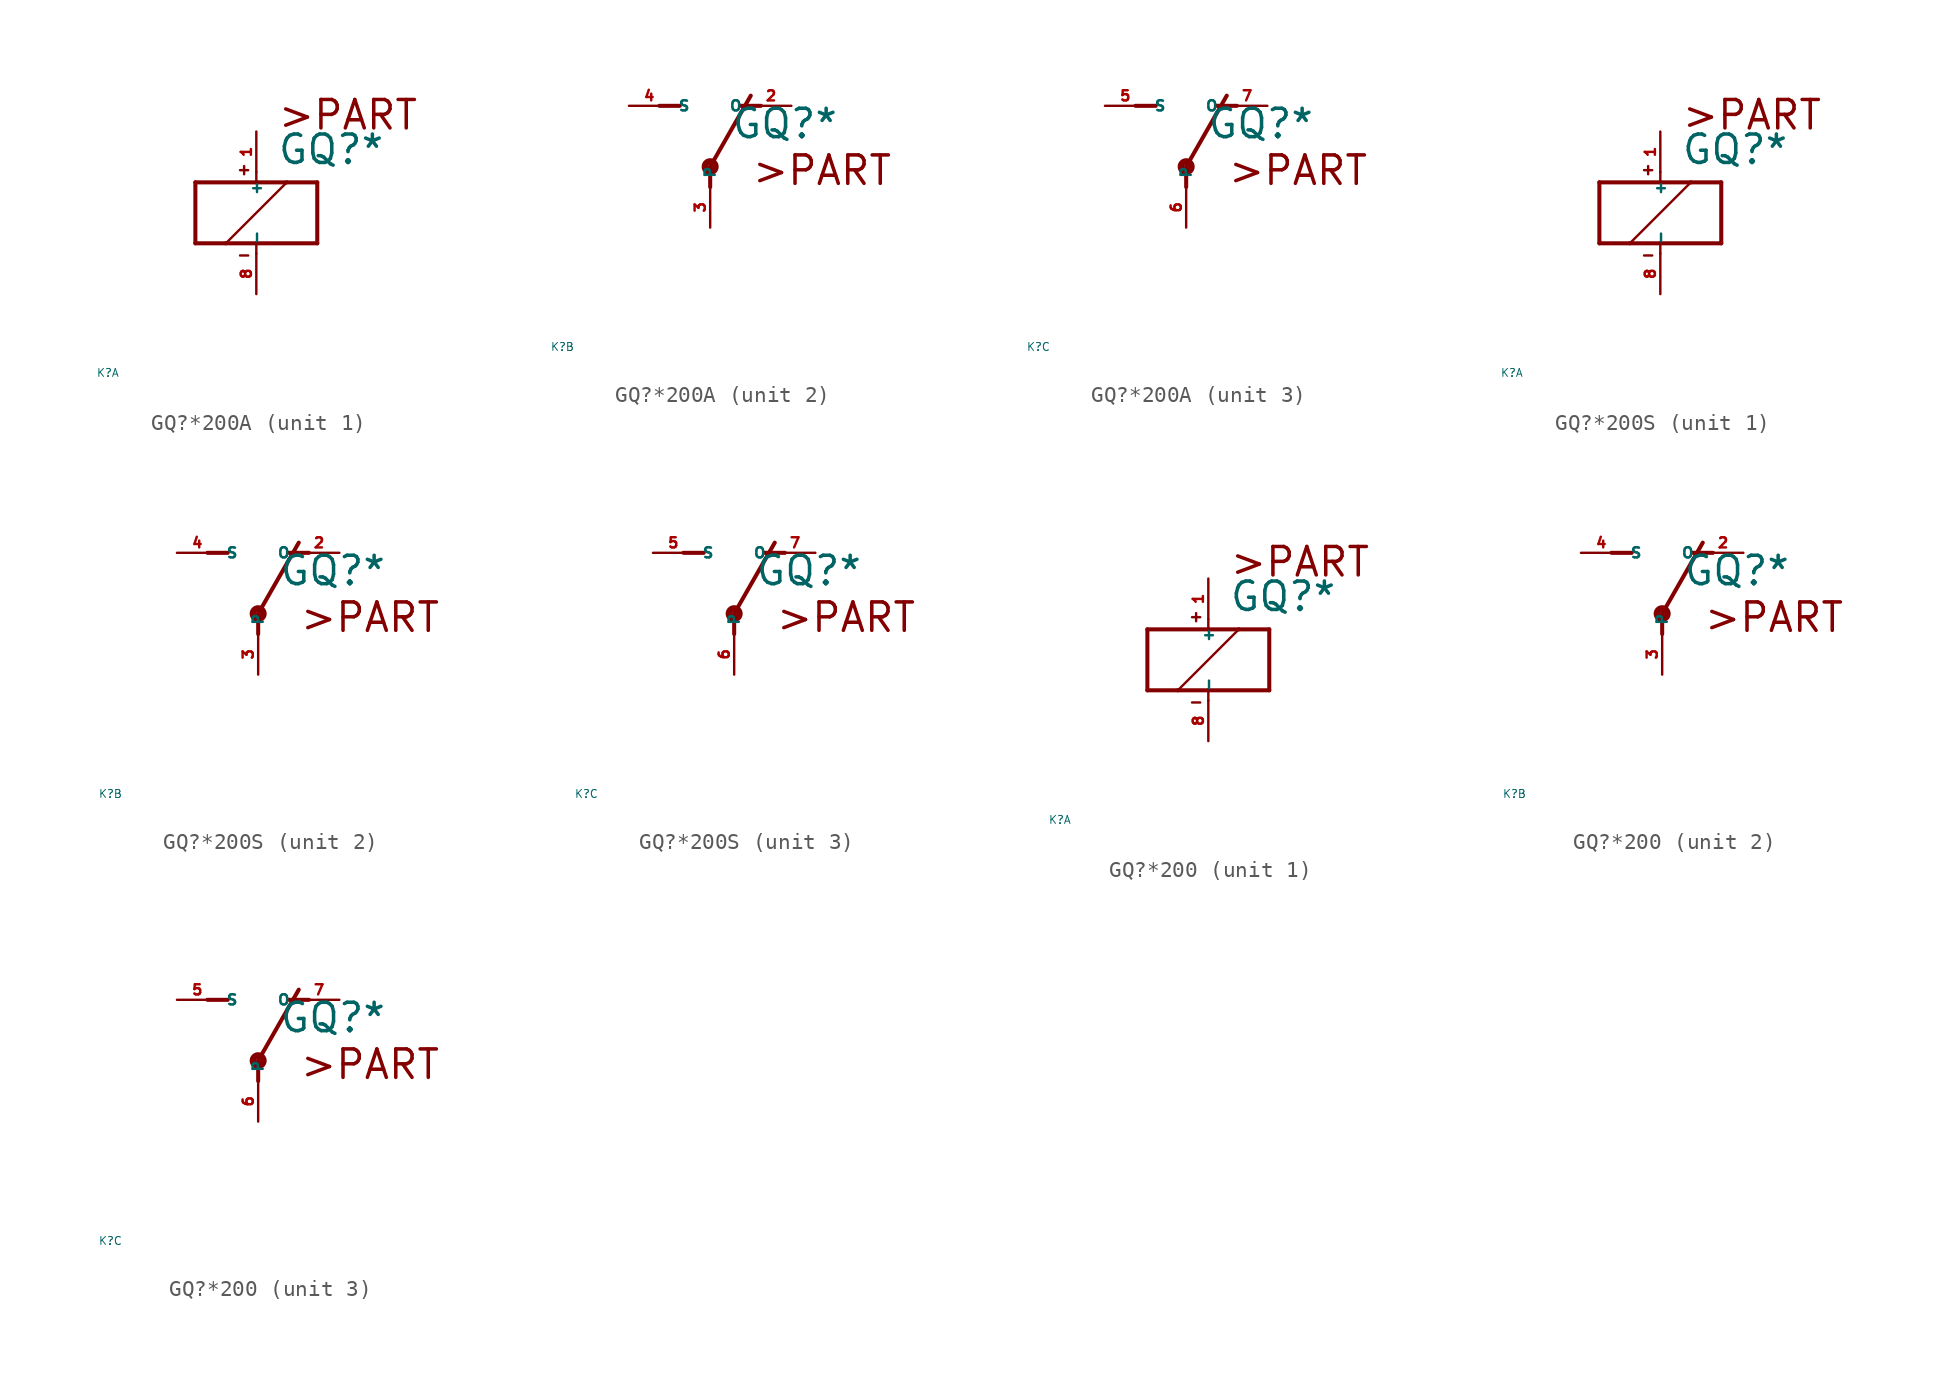
<source format=kicad_sym>
(kicad_symbol_lib
  (version 20220914)
  (generator Eagle2Kicad)
  (symbol "GQ?*200A"
    (property "Reference" "K"
      (at -10 -10 0)
      (effects (font (size 0.5 0.5) (thickness 0.06)) (justify left)))
    (property "Value" "GQ?*"
      (at 1.27 2.921 0)
      (effects (font (size 1.778 1.778) (thickness 0.22)) (justify left bottom)))
    (symbol "GQ?*200A_1_0"
      (polyline (pts (xy -3.81 -1.905) (xy -1.905 -1.905)) (stroke (width 0.254) (type default)) (fill (type none)))
      (polyline (pts (xy 3.81 -1.905) (xy 3.81 1.905)) (stroke (width 0.254) (type default)) (fill (type none)))
      (polyline (pts (xy 3.81 1.905) (xy 1.905 1.905)) (stroke (width 0.254) (type default)) (fill (type none)))
      (polyline (pts (xy -3.81 1.905) (xy -3.81 -1.905)) (stroke (width 0.254) (type default)) (fill (type none)))
      (polyline (pts (xy 0 -2.54) (xy 0 -1.905)) (stroke (width 0.152) (type default)) (fill (type none)))
      (polyline (pts (xy 0 -1.905) (xy 3.81 -1.905)) (stroke (width 0.254) (type default)) (fill (type none)))
      (polyline (pts (xy 0 2.54) (xy 0 1.905)) (stroke (width 0.152) (type default)) (fill (type none)))
      (polyline (pts (xy 0 1.905) (xy -3.81 1.905)) (stroke (width 0.254) (type default)) (fill (type none)))
      (polyline (pts (xy -1.905 -1.905) (xy 1.905 1.905)) (stroke (width 0.152) (type default)) (fill (type none)))
      (polyline (pts (xy -1.905 -1.905) (xy 0 -1.905)) (stroke (width 0.254) (type default)) (fill (type none)))
      (polyline (pts (xy 1.905 1.905) (xy 0 1.905)) (stroke (width 0.254) (type default)) (fill (type none)))
      (polyline (pts (xy -1.016 2.667) (xy -0.508 2.667)) (stroke (width 0.152) (type default)) (fill (type none)))
      (polyline (pts (xy -0.762 2.921) (xy -0.762 2.413)) (stroke (width 0.152) (type default)) (fill (type none)))
      (polyline (pts (xy -1.016 -2.667) (xy -0.508 -2.667)) (stroke (width 0.152) (type default)) (fill (type none)))
      (text ">PART" (at 1.27 5.08 0) (effects (font (size 1.778 1.778) (thickness 0.22)) (justify left bottom)))
      (pin passive line (at 0 -5.08 90) (length 2.54) (name "-" (effects (font (size 0.635 0.635) (thickness 0.08)) (justify left bottom))) (number "8" (effects (font (size 0.635 0.635) (thickness 0.08)) (justify left bottom))))
      (pin passive line (at 0 5.08 270) (length 2.54) (name "+" (effects (font (size 0.635 0.635) (thickness 0.08)) (justify left bottom))) (number "1" (effects (font (size 0.635 0.635) (thickness 0.08)) (justify left bottom)))))
    (symbol "GQ?*200A_2_0"
      (polyline (pts (xy 3.175 5.08) (xy 1.905 5.08)) (stroke (width 0.254) (type default)) (fill (type none)))
      (polyline (pts (xy -3.175 5.08) (xy -1.905 5.08)) (stroke (width 0.254) (type default)) (fill (type none)))
      (polyline (pts (xy 0 1.27) (xy 2.54 5.715)) (stroke (width 0.254) (type default)) (fill (type none)))
      (polyline (pts (xy 0 1.27) (xy 0 0)) (stroke (width 0.254) (type default)) (fill (type none)))
      (text ">PART" (at 2.54 0 0) (effects (font (size 1.778 1.778) (thickness 0.22)) (justify left bottom)))
      (circle (center 0 1.27) (radius 0.127) (stroke (width 0.406) (type default)) (fill (type none)))
      (pin passive line (at 5.08 5.08 180) (length 2.54) (name "O" (effects (font (size 0.635 0.635) (thickness 0.08)) (justify left bottom))) (number "2" (effects (font (size 0.635 0.635) (thickness 0.08)) (justify left bottom))))
      (pin passive line (at -5.08 5.08 0) (length 2.54) (name "S" (effects (font (size 0.635 0.635) (thickness 0.08)) (justify left bottom))) (number "4" (effects (font (size 0.635 0.635) (thickness 0.08)) (justify left bottom))))
      (pin passive line (at 0 -2.54 90) (length 2.54) (name "P" (effects (font (size 0.635 0.635) (thickness 0.08)) (justify left bottom))) (number "3" (effects (font (size 0.635 0.635) (thickness 0.08)) (justify left bottom)))))
    (symbol "GQ?*200A_3_0"
      (polyline (pts (xy 3.175 5.08) (xy 1.905 5.08)) (stroke (width 0.254) (type default)) (fill (type none)))
      (polyline (pts (xy -3.175 5.08) (xy -1.905 5.08)) (stroke (width 0.254) (type default)) (fill (type none)))
      (polyline (pts (xy 0 1.27) (xy 2.54 5.715)) (stroke (width 0.254) (type default)) (fill (type none)))
      (polyline (pts (xy 0 1.27) (xy 0 0)) (stroke (width 0.254) (type default)) (fill (type none)))
      (text ">PART" (at 2.54 0 0) (effects (font (size 1.778 1.778) (thickness 0.22)) (justify left bottom)))
      (circle (center 0 1.27) (radius 0.127) (stroke (width 0.406) (type default)) (fill (type none)))
      (pin passive line (at 5.08 5.08 180) (length 2.54) (name "O" (effects (font (size 0.635 0.635) (thickness 0.08)) (justify left bottom))) (number "7" (effects (font (size 0.635 0.635) (thickness 0.08)) (justify left bottom))))
      (pin passive line (at -5.08 5.08 0) (length 2.54) (name "S" (effects (font (size 0.635 0.635) (thickness 0.08)) (justify left bottom))) (number "5" (effects (font (size 0.635 0.635) (thickness 0.08)) (justify left bottom))))
      (pin passive line (at 0 -2.54 90) (length 2.54) (name "P" (effects (font (size 0.635 0.635) (thickness 0.08)) (justify left bottom))) (number "6" (effects (font (size 0.635 0.635) (thickness 0.08)) (justify left bottom))))))
  (symbol "GQ?*200S"
    (property "Reference" "K"
      (at -10 -10 0)
      (effects (font (size 0.5 0.5) (thickness 0.06)) (justify left)))
    (property "Value" "GQ?*"
      (at 1.27 2.921 0)
      (effects (font (size 1.778 1.778) (thickness 0.22)) (justify left bottom)))
    (symbol "GQ?*200S_1_0"
      (polyline (pts (xy -3.81 -1.905) (xy -1.905 -1.905)) (stroke (width 0.254) (type default)) (fill (type none)))
      (polyline (pts (xy 3.81 -1.905) (xy 3.81 1.905)) (stroke (width 0.254) (type default)) (fill (type none)))
      (polyline (pts (xy 3.81 1.905) (xy 1.905 1.905)) (stroke (width 0.254) (type default)) (fill (type none)))
      (polyline (pts (xy -3.81 1.905) (xy -3.81 -1.905)) (stroke (width 0.254) (type default)) (fill (type none)))
      (polyline (pts (xy 0 -2.54) (xy 0 -1.905)) (stroke (width 0.152) (type default)) (fill (type none)))
      (polyline (pts (xy 0 -1.905) (xy 3.81 -1.905)) (stroke (width 0.254) (type default)) (fill (type none)))
      (polyline (pts (xy 0 2.54) (xy 0 1.905)) (stroke (width 0.152) (type default)) (fill (type none)))
      (polyline (pts (xy 0 1.905) (xy -3.81 1.905)) (stroke (width 0.254) (type default)) (fill (type none)))
      (polyline (pts (xy -1.905 -1.905) (xy 1.905 1.905)) (stroke (width 0.152) (type default)) (fill (type none)))
      (polyline (pts (xy -1.905 -1.905) (xy 0 -1.905)) (stroke (width 0.254) (type default)) (fill (type none)))
      (polyline (pts (xy 1.905 1.905) (xy 0 1.905)) (stroke (width 0.254) (type default)) (fill (type none)))
      (polyline (pts (xy -1.016 2.667) (xy -0.508 2.667)) (stroke (width 0.152) (type default)) (fill (type none)))
      (polyline (pts (xy -0.762 2.921) (xy -0.762 2.413)) (stroke (width 0.152) (type default)) (fill (type none)))
      (polyline (pts (xy -1.016 -2.667) (xy -0.508 -2.667)) (stroke (width 0.152) (type default)) (fill (type none)))
      (text ">PART" (at 1.27 5.08 0) (effects (font (size 1.778 1.778) (thickness 0.22)) (justify left bottom)))
      (pin passive line (at 0 -5.08 90) (length 2.54) (name "-" (effects (font (size 0.635 0.635) (thickness 0.08)) (justify left bottom))) (number "8" (effects (font (size 0.635 0.635) (thickness 0.08)) (justify left bottom))))
      (pin passive line (at 0 5.08 270) (length 2.54) (name "+" (effects (font (size 0.635 0.635) (thickness 0.08)) (justify left bottom))) (number "1" (effects (font (size 0.635 0.635) (thickness 0.08)) (justify left bottom)))))
    (symbol "GQ?*200S_2_0"
      (polyline (pts (xy 3.175 5.08) (xy 1.905 5.08)) (stroke (width 0.254) (type default)) (fill (type none)))
      (polyline (pts (xy -3.175 5.08) (xy -1.905 5.08)) (stroke (width 0.254) (type default)) (fill (type none)))
      (polyline (pts (xy 0 1.27) (xy 2.54 5.715)) (stroke (width 0.254) (type default)) (fill (type none)))
      (polyline (pts (xy 0 1.27) (xy 0 0)) (stroke (width 0.254) (type default)) (fill (type none)))
      (text ">PART" (at 2.54 0 0) (effects (font (size 1.778 1.778) (thickness 0.22)) (justify left bottom)))
      (circle (center 0 1.27) (radius 0.127) (stroke (width 0.406) (type default)) (fill (type none)))
      (pin passive line (at 5.08 5.08 180) (length 2.54) (name "O" (effects (font (size 0.635 0.635) (thickness 0.08)) (justify left bottom))) (number "2" (effects (font (size 0.635 0.635) (thickness 0.08)) (justify left bottom))))
      (pin passive line (at -5.08 5.08 0) (length 2.54) (name "S" (effects (font (size 0.635 0.635) (thickness 0.08)) (justify left bottom))) (number "4" (effects (font (size 0.635 0.635) (thickness 0.08)) (justify left bottom))))
      (pin passive line (at 0 -2.54 90) (length 2.54) (name "P" (effects (font (size 0.635 0.635) (thickness 0.08)) (justify left bottom))) (number "3" (effects (font (size 0.635 0.635) (thickness 0.08)) (justify left bottom)))))
    (symbol "GQ?*200S_3_0"
      (polyline (pts (xy 3.175 5.08) (xy 1.905 5.08)) (stroke (width 0.254) (type default)) (fill (type none)))
      (polyline (pts (xy -3.175 5.08) (xy -1.905 5.08)) (stroke (width 0.254) (type default)) (fill (type none)))
      (polyline (pts (xy 0 1.27) (xy 2.54 5.715)) (stroke (width 0.254) (type default)) (fill (type none)))
      (polyline (pts (xy 0 1.27) (xy 0 0)) (stroke (width 0.254) (type default)) (fill (type none)))
      (text ">PART" (at 2.54 0 0) (effects (font (size 1.778 1.778) (thickness 0.22)) (justify left bottom)))
      (circle (center 0 1.27) (radius 0.127) (stroke (width 0.406) (type default)) (fill (type none)))
      (pin passive line (at 5.08 5.08 180) (length 2.54) (name "O" (effects (font (size 0.635 0.635) (thickness 0.08)) (justify left bottom))) (number "7" (effects (font (size 0.635 0.635) (thickness 0.08)) (justify left bottom))))
      (pin passive line (at -5.08 5.08 0) (length 2.54) (name "S" (effects (font (size 0.635 0.635) (thickness 0.08)) (justify left bottom))) (number "5" (effects (font (size 0.635 0.635) (thickness 0.08)) (justify left bottom))))
      (pin passive line (at 0 -2.54 90) (length 2.54) (name "P" (effects (font (size 0.635 0.635) (thickness 0.08)) (justify left bottom))) (number "6" (effects (font (size 0.635 0.635) (thickness 0.08)) (justify left bottom))))))
  (symbol "GQ?*200"
    (property "Reference" "K"
      (at -10 -10 0)
      (effects (font (size 0.5 0.5) (thickness 0.06)) (justify left)))
    (property "Value" "GQ?*"
      (at 1.27 2.921 0)
      (effects (font (size 1.778 1.778) (thickness 0.22)) (justify left bottom)))
    (symbol "GQ?*200_1_0"
      (polyline (pts (xy -3.81 -1.905) (xy -1.905 -1.905)) (stroke (width 0.254) (type default)) (fill (type none)))
      (polyline (pts (xy 3.81 -1.905) (xy 3.81 1.905)) (stroke (width 0.254) (type default)) (fill (type none)))
      (polyline (pts (xy 3.81 1.905) (xy 1.905 1.905)) (stroke (width 0.254) (type default)) (fill (type none)))
      (polyline (pts (xy -3.81 1.905) (xy -3.81 -1.905)) (stroke (width 0.254) (type default)) (fill (type none)))
      (polyline (pts (xy 0 -2.54) (xy 0 -1.905)) (stroke (width 0.152) (type default)) (fill (type none)))
      (polyline (pts (xy 0 -1.905) (xy 3.81 -1.905)) (stroke (width 0.254) (type default)) (fill (type none)))
      (polyline (pts (xy 0 2.54) (xy 0 1.905)) (stroke (width 0.152) (type default)) (fill (type none)))
      (polyline (pts (xy 0 1.905) (xy -3.81 1.905)) (stroke (width 0.254) (type default)) (fill (type none)))
      (polyline (pts (xy -1.905 -1.905) (xy 1.905 1.905)) (stroke (width 0.152) (type default)) (fill (type none)))
      (polyline (pts (xy -1.905 -1.905) (xy 0 -1.905)) (stroke (width 0.254) (type default)) (fill (type none)))
      (polyline (pts (xy 1.905 1.905) (xy 0 1.905)) (stroke (width 0.254) (type default)) (fill (type none)))
      (polyline (pts (xy -1.016 2.667) (xy -0.508 2.667)) (stroke (width 0.152) (type default)) (fill (type none)))
      (polyline (pts (xy -0.762 2.921) (xy -0.762 2.413)) (stroke (width 0.152) (type default)) (fill (type none)))
      (polyline (pts (xy -1.016 -2.667) (xy -0.508 -2.667)) (stroke (width 0.152) (type default)) (fill (type none)))
      (text ">PART" (at 1.27 5.08 0) (effects (font (size 1.778 1.778) (thickness 0.22)) (justify left bottom)))
      (pin passive line (at 0 -5.08 90) (length 2.54) (name "-" (effects (font (size 0.635 0.635) (thickness 0.08)) (justify left bottom))) (number "8" (effects (font (size 0.635 0.635) (thickness 0.08)) (justify left bottom))))
      (pin passive line (at 0 5.08 270) (length 2.54) (name "+" (effects (font (size 0.635 0.635) (thickness 0.08)) (justify left bottom))) (number "1" (effects (font (size 0.635 0.635) (thickness 0.08)) (justify left bottom)))))
    (symbol "GQ?*200_2_0"
      (polyline (pts (xy 3.175 5.08) (xy 1.905 5.08)) (stroke (width 0.254) (type default)) (fill (type none)))
      (polyline (pts (xy -3.175 5.08) (xy -1.905 5.08)) (stroke (width 0.254) (type default)) (fill (type none)))
      (polyline (pts (xy 0 1.27) (xy 2.54 5.715)) (stroke (width 0.254) (type default)) (fill (type none)))
      (polyline (pts (xy 0 1.27) (xy 0 0)) (stroke (width 0.254) (type default)) (fill (type none)))
      (text ">PART" (at 2.54 0 0) (effects (font (size 1.778 1.778) (thickness 0.22)) (justify left bottom)))
      (circle (center 0 1.27) (radius 0.127) (stroke (width 0.406) (type default)) (fill (type none)))
      (pin passive line (at 5.08 5.08 180) (length 2.54) (name "O" (effects (font (size 0.635 0.635) (thickness 0.08)) (justify left bottom))) (number "2" (effects (font (size 0.635 0.635) (thickness 0.08)) (justify left bottom))))
      (pin passive line (at -5.08 5.08 0) (length 2.54) (name "S" (effects (font (size 0.635 0.635) (thickness 0.08)) (justify left bottom))) (number "4" (effects (font (size 0.635 0.635) (thickness 0.08)) (justify left bottom))))
      (pin passive line (at 0 -2.54 90) (length 2.54) (name "P" (effects (font (size 0.635 0.635) (thickness 0.08)) (justify left bottom))) (number "3" (effects (font (size 0.635 0.635) (thickness 0.08)) (justify left bottom)))))
    (symbol "GQ?*200_3_0"
      (polyline (pts (xy 3.175 5.08) (xy 1.905 5.08)) (stroke (width 0.254) (type default)) (fill (type none)))
      (polyline (pts (xy -3.175 5.08) (xy -1.905 5.08)) (stroke (width 0.254) (type default)) (fill (type none)))
      (polyline (pts (xy 0 1.27) (xy 2.54 5.715)) (stroke (width 0.254) (type default)) (fill (type none)))
      (polyline (pts (xy 0 1.27) (xy 0 0)) (stroke (width 0.254) (type default)) (fill (type none)))
      (text ">PART" (at 2.54 0 0) (effects (font (size 1.778 1.778) (thickness 0.22)) (justify left bottom)))
      (circle (center 0 1.27) (radius 0.127) (stroke (width 0.406) (type default)) (fill (type none)))
      (pin passive line (at 5.08 5.08 180) (length 2.54) (name "O" (effects (font (size 0.635 0.635) (thickness 0.08)) (justify left bottom))) (number "7" (effects (font (size 0.635 0.635) (thickness 0.08)) (justify left bottom))))
      (pin passive line (at -5.08 5.08 0) (length 2.54) (name "S" (effects (font (size 0.635 0.635) (thickness 0.08)) (justify left bottom))) (number "5" (effects (font (size 0.635 0.635) (thickness 0.08)) (justify left bottom))))
      (pin passive line (at 0 -2.54 90) (length 2.54) (name "P" (effects (font (size 0.635 0.635) (thickness 0.08)) (justify left bottom))) (number "6" (effects (font (size 0.635 0.635) (thickness 0.08)) (justify left bottom)))))))
</source>
